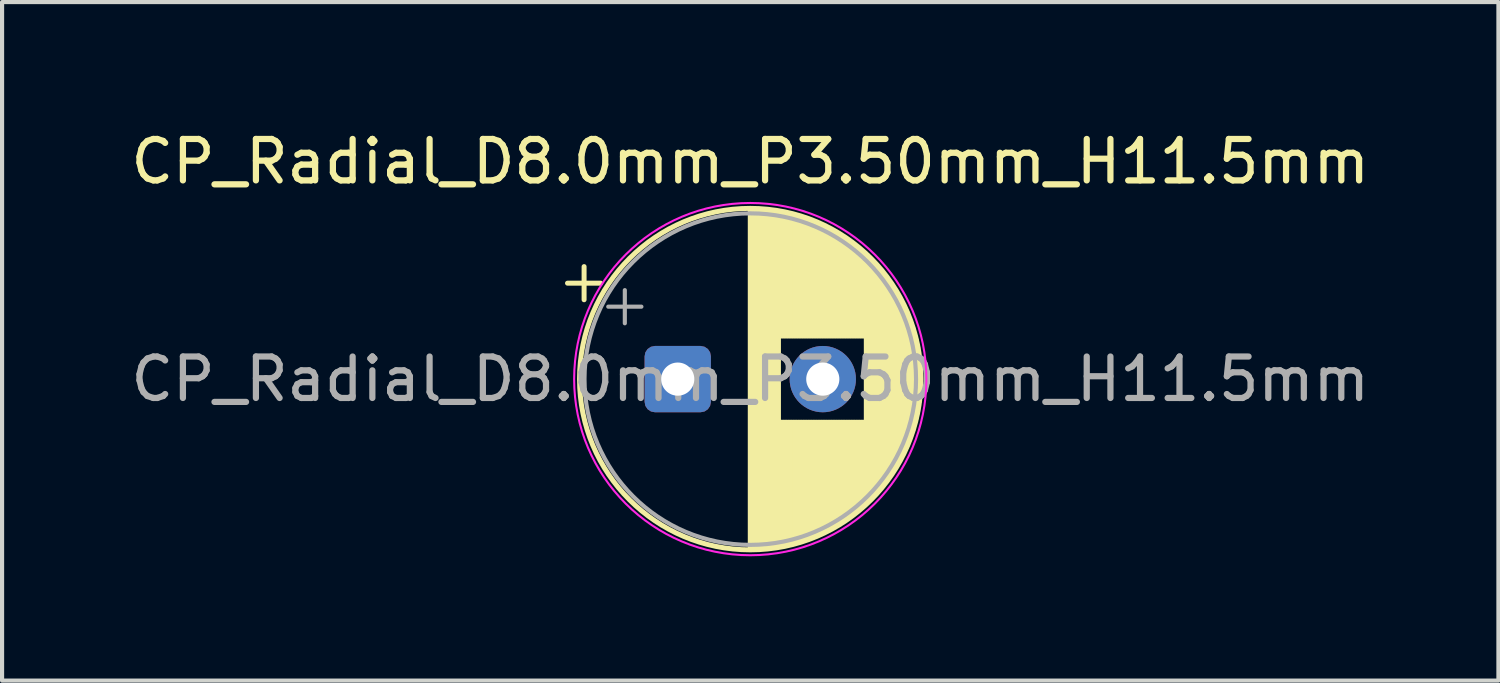
<source format=kicad_pcb>
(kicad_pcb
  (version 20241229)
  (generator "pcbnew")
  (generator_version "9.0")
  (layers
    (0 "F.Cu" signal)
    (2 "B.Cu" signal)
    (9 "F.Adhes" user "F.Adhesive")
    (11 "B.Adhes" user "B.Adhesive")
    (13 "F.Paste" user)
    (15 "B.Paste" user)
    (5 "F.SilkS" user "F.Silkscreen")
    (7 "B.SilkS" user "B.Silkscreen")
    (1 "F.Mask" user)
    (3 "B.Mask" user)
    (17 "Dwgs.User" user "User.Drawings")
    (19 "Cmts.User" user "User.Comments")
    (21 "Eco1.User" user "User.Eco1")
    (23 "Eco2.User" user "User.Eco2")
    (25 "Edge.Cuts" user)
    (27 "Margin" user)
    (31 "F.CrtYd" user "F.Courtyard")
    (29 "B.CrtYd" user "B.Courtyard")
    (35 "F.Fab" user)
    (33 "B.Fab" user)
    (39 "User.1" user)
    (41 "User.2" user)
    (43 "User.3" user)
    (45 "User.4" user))
  (footprint "CP_Radial_D8.0mm_P3.50mm_H11.5mm"
    (layer "F.Cu")
    (at 13.304 6.098)
    (property "Reference" "CP_Radial_D8.0mm_P3.50mm_H11.5mm" (at 1.75 -5.25 0) (layer "F.SilkS") (effects (font (size 1 1) (thickness 0.15))))
    (attr through_hole)
    (fp_line (start -2.66 -2.315) (end -1.86 -2.315) (stroke (width 0.12) (type solid)) (layer "F.SilkS"))
    (fp_line (start -2.26 -2.715) (end -2.26 -1.915) (stroke (width 0.12) (type solid)) (layer "F.SilkS"))
    (fp_line (start 1.75 -4.08) (end 1.75 4.08) (stroke (width 0.12) (type solid)) (layer "F.SilkS"))
    (fp_line (start 1.79 -4.08) (end 1.79 4.08) (stroke (width 0.12) (type solid)) (layer "F.SilkS"))
    (fp_line (start 1.83 -4.079) (end 1.83 4.079) (stroke (width 0.12) (type solid)) (layer "F.SilkS"))
    (fp_line (start 1.87 -4.078) (end 1.87 4.078) (stroke (width 0.12) (type solid)) (layer "F.SilkS"))
    (fp_line (start 1.91 -4.077) (end 1.91 4.077) (stroke (width 0.12) (type solid)) (layer "F.SilkS"))
    (fp_line (start 1.95 -4.075) (end 1.95 4.075) (stroke (width 0.12) (type solid)) (layer "F.SilkS"))
    (fp_line (start 1.99 -4.073) (end 1.99 4.073) (stroke (width 0.12) (type solid)) (layer "F.SilkS"))
    (fp_line (start 2.03 -4.07) (end 2.03 4.07) (stroke (width 0.12) (type solid)) (layer "F.SilkS"))
    (fp_line (start 2.07 -4.068) (end 2.07 4.068) (stroke (width 0.12) (type solid)) (layer "F.SilkS"))
    (fp_line (start 2.11 -4.064) (end 2.11 4.064) (stroke (width 0.12) (type solid)) (layer "F.SilkS"))
    (fp_line (start 2.15 -4.061) (end 2.15 4.061) (stroke (width 0.12) (type solid)) (layer "F.SilkS"))
    (fp_line (start 2.19 -4.056) (end 2.19 4.056) (stroke (width 0.12) (type solid)) (layer "F.SilkS"))
    (fp_line (start 2.23 -4.052) (end 2.23 4.052) (stroke (width 0.12) (type solid)) (layer "F.SilkS"))
    (fp_line (start 2.27 -4.047) (end 2.27 4.047) (stroke (width 0.12) (type solid)) (layer "F.SilkS"))
    (fp_line (start 2.31 -4.042) (end 2.31 4.042) (stroke (width 0.12) (type solid)) (layer "F.SilkS"))
    (fp_line (start 2.35 -4.036) (end 2.35 4.036) (stroke (width 0.12) (type solid)) (layer "F.SilkS"))
    (fp_line (start 2.39 -4.03) (end 2.39 4.03) (stroke (width 0.12) (type solid)) (layer "F.SilkS"))
    (fp_line (start 2.43 -4.023) (end 2.43 4.023) (stroke (width 0.12) (type solid)) (layer "F.SilkS"))
    (fp_line (start 2.47 -4.017) (end 2.47 -1.04) (stroke (width 0.12) (type solid)) (layer "F.SilkS"))
    (fp_line (start 2.47 1.04) (end 2.47 4.017) (stroke (width 0.12) (type solid)) (layer "F.SilkS"))
    (fp_line (start 2.51 -4.009) (end 2.51 -1.04) (stroke (width 0.12) (type solid)) (layer "F.SilkS"))
    (fp_line (start 2.51 1.04) (end 2.51 4.009) (stroke (width 0.12) (type solid)) (layer "F.SilkS"))
    (fp_line (start 2.55 -4.002) (end 2.55 -1.04) (stroke (width 0.12) (type solid)) (layer "F.SilkS"))
    (fp_line (start 2.55 1.04) (end 2.55 4.002) (stroke (width 0.12) (type solid)) (layer "F.SilkS"))
    (fp_line (start 2.59 -3.993) (end 2.59 -1.04) (stroke (width 0.12) (type solid)) (layer "F.SilkS"))
    (fp_line (start 2.59 1.04) (end 2.59 3.993) (stroke (width 0.12) (type solid)) (layer "F.SilkS"))
    (fp_line (start 2.63 -3.985) (end 2.63 -1.04) (stroke (width 0.12) (type solid)) (layer "F.SilkS"))
    (fp_line (start 2.63 1.04) (end 2.63 3.985) (stroke (width 0.12) (type solid)) (layer "F.SilkS"))
    (fp_line (start 2.67 -3.976) (end 2.67 -1.04) (stroke (width 0.12) (type solid)) (layer "F.SilkS"))
    (fp_line (start 2.67 1.04) (end 2.67 3.976) (stroke (width 0.12) (type solid)) (layer "F.SilkS"))
    (fp_line (start 2.71 -3.967) (end 2.71 -1.04) (stroke (width 0.12) (type solid)) (layer "F.SilkS"))
    (fp_line (start 2.71 1.04) (end 2.71 3.967) (stroke (width 0.12) (type solid)) (layer "F.SilkS"))
    (fp_line (start 2.75 -3.957) (end 2.75 -1.04) (stroke (width 0.12) (type solid)) (layer "F.SilkS"))
    (fp_line (start 2.75 1.04) (end 2.75 3.957) (stroke (width 0.12) (type solid)) (layer "F.SilkS"))
    (fp_line (start 2.79 -3.947) (end 2.79 -1.04) (stroke (width 0.12) (type solid)) (layer "F.SilkS"))
    (fp_line (start 2.79 1.04) (end 2.79 3.947) (stroke (width 0.12) (type solid)) (layer "F.SilkS"))
    (fp_line (start 2.83 -3.936) (end 2.83 -1.04) (stroke (width 0.12) (type solid)) (layer "F.SilkS"))
    (fp_line (start 2.83 1.04) (end 2.83 3.936) (stroke (width 0.12) (type solid)) (layer "F.SilkS"))
    (fp_line (start 2.87 -3.925) (end 2.87 -1.04) (stroke (width 0.12) (type solid)) (layer "F.SilkS"))
    (fp_line (start 2.87 1.04) (end 2.87 3.925) (stroke (width 0.12) (type solid)) (layer "F.SilkS"))
    (fp_line (start 2.91 -3.913) (end 2.91 -1.04) (stroke (width 0.12) (type solid)) (layer "F.SilkS"))
    (fp_line (start 2.91 1.04) (end 2.91 3.913) (stroke (width 0.12) (type solid)) (layer "F.SilkS"))
    (fp_line (start 2.95 -3.901) (end 2.95 -1.04) (stroke (width 0.12) (type solid)) (layer "F.SilkS"))
    (fp_line (start 2.95 1.04) (end 2.95 3.901) (stroke (width 0.12) (type solid)) (layer "F.SilkS"))
    (fp_line (start 2.99 -3.889) (end 2.99 -1.04) (stroke (width 0.12) (type solid)) (layer "F.SilkS"))
    (fp_line (start 2.99 1.04) (end 2.99 3.889) (stroke (width 0.12) (type solid)) (layer "F.SilkS"))
    (fp_line (start 3.03 -3.876) (end 3.03 -1.04) (stroke (width 0.12) (type solid)) (layer "F.SilkS"))
    (fp_line (start 3.03 1.04) (end 3.03 3.876) (stroke (width 0.12) (type solid)) (layer "F.SilkS"))
    (fp_line (start 3.07 -3.863) (end 3.07 -1.04) (stroke (width 0.12) (type solid)) (layer "F.SilkS"))
    (fp_line (start 3.07 1.04) (end 3.07 3.863) (stroke (width 0.12) (type solid)) (layer "F.SilkS"))
    (fp_line (start 3.11 -3.849) (end 3.11 -1.04) (stroke (width 0.12) (type solid)) (layer "F.SilkS"))
    (fp_line (start 3.11 1.04) (end 3.11 3.849) (stroke (width 0.12) (type solid)) (layer "F.SilkS"))
    (fp_line (start 3.15 -3.835) (end 3.15 -1.04) (stroke (width 0.12) (type solid)) (layer "F.SilkS"))
    (fp_line (start 3.15 1.04) (end 3.15 3.835) (stroke (width 0.12) (type solid)) (layer "F.SilkS"))
    (fp_line (start 3.19 -3.82) (end 3.19 -1.04) (stroke (width 0.12) (type solid)) (layer "F.SilkS"))
    (fp_line (start 3.19 1.04) (end 3.19 3.82) (stroke (width 0.12) (type solid)) (layer "F.SilkS"))
    (fp_line (start 3.23 -3.805) (end 3.23 -1.04) (stroke (width 0.12) (type solid)) (layer "F.SilkS"))
    (fp_line (start 3.23 1.04) (end 3.23 3.805) (stroke (width 0.12) (type solid)) (layer "F.SilkS"))
    (fp_line (start 3.27 -3.789) (end 3.27 -1.04) (stroke (width 0.12) (type solid)) (layer "F.SilkS"))
    (fp_line (start 3.27 1.04) (end 3.27 3.789) (stroke (width 0.12) (type solid)) (layer "F.SilkS"))
    (fp_line (start 3.31 -3.773) (end 3.31 -1.04) (stroke (width 0.12) (type solid)) (layer "F.SilkS"))
    (fp_line (start 3.31 1.04) (end 3.31 3.773) (stroke (width 0.12) (type solid)) (layer "F.SilkS"))
    (fp_line (start 3.35 -3.757) (end 3.35 -1.04) (stroke (width 0.12) (type solid)) (layer "F.SilkS"))
    (fp_line (start 3.35 1.04) (end 3.35 3.757) (stroke (width 0.12) (type solid)) (layer "F.SilkS"))
    (fp_line (start 3.39 -3.74) (end 3.39 -1.04) (stroke (width 0.12) (type solid)) (layer "F.SilkS"))
    (fp_line (start 3.39 1.04) (end 3.39 3.74) (stroke (width 0.12) (type solid)) (layer "F.SilkS"))
    (fp_line (start 3.43 -3.722) (end 3.43 -1.04) (stroke (width 0.12) (type solid)) (layer "F.SilkS"))
    (fp_line (start 3.43 1.04) (end 3.43 3.722) (stroke (width 0.12) (type solid)) (layer "F.SilkS"))
    (fp_line (start 3.47 -3.704) (end 3.47 -1.04) (stroke (width 0.12) (type solid)) (layer "F.SilkS"))
    (fp_line (start 3.47 1.04) (end 3.47 3.704) (stroke (width 0.12) (type solid)) (layer "F.SilkS"))
    (fp_line (start 3.51 -3.685) (end 3.51 -1.04) (stroke (width 0.12) (type solid)) (layer "F.SilkS"))
    (fp_line (start 3.51 1.04) (end 3.51 3.685) (stroke (width 0.12) (type solid)) (layer "F.SilkS"))
    (fp_line (start 3.55 -3.666) (end 3.55 -1.04) (stroke (width 0.12) (type solid)) (layer "F.SilkS"))
    (fp_line (start 3.55 1.04) (end 3.55 3.666) (stroke (width 0.12) (type solid)) (layer "F.SilkS"))
    (fp_line (start 3.59 -3.646) (end 3.59 -1.04) (stroke (width 0.12) (type solid)) (layer "F.SilkS"))
    (fp_line (start 3.59 1.04) (end 3.59 3.646) (stroke (width 0.12) (type solid)) (layer "F.SilkS"))
    (fp_line (start 3.63 -3.626) (end 3.63 -1.04) (stroke (width 0.12) (type solid)) (layer "F.SilkS"))
    (fp_line (start 3.63 1.04) (end 3.63 3.626) (stroke (width 0.12) (type solid)) (layer "F.SilkS"))
    (fp_line (start 3.67 -3.605) (end 3.67 -1.04) (stroke (width 0.12) (type solid)) (layer "F.SilkS"))
    (fp_line (start 3.67 1.04) (end 3.67 3.605) (stroke (width 0.12) (type solid)) (layer "F.SilkS"))
    (fp_line (start 3.71 -3.584) (end 3.71 -1.04) (stroke (width 0.12) (type solid)) (layer "F.SilkS"))
    (fp_line (start 3.71 1.04) (end 3.71 3.584) (stroke (width 0.12) (type solid)) (layer "F.SilkS"))
    (fp_line (start 3.75 -3.562) (end 3.75 -1.04) (stroke (width 0.12) (type solid)) (layer "F.SilkS"))
    (fp_line (start 3.75 1.04) (end 3.75 3.562) (stroke (width 0.12) (type solid)) (layer "F.SilkS"))
    (fp_line (start 3.79 -3.539) (end 3.79 -1.04) (stroke (width 0.12) (type solid)) (layer "F.SilkS"))
    (fp_line (start 3.79 1.04) (end 3.79 3.539) (stroke (width 0.12) (type solid)) (layer "F.SilkS"))
    (fp_line (start 3.83 -3.516) (end 3.83 -1.04) (stroke (width 0.12) (type solid)) (layer "F.SilkS"))
    (fp_line (start 3.83 1.04) (end 3.83 3.516) (stroke (width 0.12) (type solid)) (layer "F.SilkS"))
    (fp_line (start 3.87 -3.493) (end 3.87 -1.04) (stroke (width 0.12) (type solid)) (layer "F.SilkS"))
    (fp_line (start 3.87 1.04) (end 3.87 3.493) (stroke (width 0.12) (type solid)) (layer "F.SilkS"))
    (fp_line (start 3.91 -3.468) (end 3.91 -1.04) (stroke (width 0.12) (type solid)) (layer "F.SilkS"))
    (fp_line (start 3.91 1.04) (end 3.91 3.468) (stroke (width 0.12) (type solid)) (layer "F.SilkS"))
    (fp_line (start 3.95 -3.443) (end 3.95 -1.04) (stroke (width 0.12) (type solid)) (layer "F.SilkS"))
    (fp_line (start 3.95 1.04) (end 3.95 3.443) (stroke (width 0.12) (type solid)) (layer "F.SilkS"))
    (fp_line (start 3.99 -3.418) (end 3.99 -1.04) (stroke (width 0.12) (type solid)) (layer "F.SilkS"))
    (fp_line (start 3.99 1.04) (end 3.99 3.418) (stroke (width 0.12) (type solid)) (layer "F.SilkS"))
    (fp_line (start 4.03 -3.392) (end 4.03 -1.04) (stroke (width 0.12) (type solid)) (layer "F.SilkS"))
    (fp_line (start 4.03 1.04) (end 4.03 3.392) (stroke (width 0.12) (type solid)) (layer "F.SilkS"))
    (fp_line (start 4.07 -3.365) (end 4.07 -1.04) (stroke (width 0.12) (type solid)) (layer "F.SilkS"))
    (fp_line (start 4.07 1.04) (end 4.07 3.365) (stroke (width 0.12) (type solid)) (layer "F.SilkS"))
    (fp_line (start 4.11 -3.337) (end 4.11 -1.04) (stroke (width 0.12) (type solid)) (layer "F.SilkS"))
    (fp_line (start 4.11 1.04) (end 4.11 3.337) (stroke (width 0.12) (type solid)) (layer "F.SilkS"))
    (fp_line (start 4.15 -3.309) (end 4.15 -1.04) (stroke (width 0.12) (type solid)) (layer "F.SilkS"))
    (fp_line (start 4.15 1.04) (end 4.15 3.309) (stroke (width 0.12) (type solid)) (layer "F.SilkS"))
    (fp_line (start 4.19 -3.28) (end 4.19 -1.04) (stroke (width 0.12) (type solid)) (layer "F.SilkS"))
    (fp_line (start 4.19 1.04) (end 4.19 3.28) (stroke (width 0.12) (type solid)) (layer "F.SilkS"))
    (fp_line (start 4.23 -3.25) (end 4.23 -1.04) (stroke (width 0.12) (type solid)) (layer "F.SilkS"))
    (fp_line (start 4.23 1.04) (end 4.23 3.25) (stroke (width 0.12) (type solid)) (layer "F.SilkS"))
    (fp_line (start 4.27 -3.219) (end 4.27 -1.04) (stroke (width 0.12) (type solid)) (layer "F.SilkS"))
    (fp_line (start 4.27 1.04) (end 4.27 3.219) (stroke (width 0.12) (type solid)) (layer "F.SilkS"))
    (fp_line (start 4.31 -3.188) (end 4.31 -1.04) (stroke (width 0.12) (type solid)) (layer "F.SilkS"))
    (fp_line (start 4.31 1.04) (end 4.31 3.188) (stroke (width 0.12) (type solid)) (layer "F.SilkS"))
    (fp_line (start 4.35 -3.156) (end 4.35 -1.04) (stroke (width 0.12) (type solid)) (layer "F.SilkS"))
    (fp_line (start 4.35 1.04) (end 4.35 3.156) (stroke (width 0.12) (type solid)) (layer "F.SilkS"))
    (fp_line (start 4.39 -3.123) (end 4.39 -1.04) (stroke (width 0.12) (type solid)) (layer "F.SilkS"))
    (fp_line (start 4.39 1.04) (end 4.39 3.123) (stroke (width 0.12) (type solid)) (layer "F.SilkS"))
    (fp_line (start 4.43 -3.089) (end 4.43 -1.04) (stroke (width 0.12) (type solid)) (layer "F.SilkS"))
    (fp_line (start 4.43 1.04) (end 4.43 3.089) (stroke (width 0.12) (type solid)) (layer "F.SilkS"))
    (fp_line (start 4.47 -3.055) (end 4.47 -1.04) (stroke (width 0.12) (type solid)) (layer "F.SilkS"))
    (fp_line (start 4.47 1.04) (end 4.47 3.055) (stroke (width 0.12) (type solid)) (layer "F.SilkS"))
    (fp_line (start 4.51 -3.019) (end 4.51 -1.04) (stroke (width 0.12) (type solid)) (layer "F.SilkS"))
    (fp_line (start 4.51 1.04) (end 4.51 3.019) (stroke (width 0.12) (type solid)) (layer "F.SilkS"))
    (fp_line (start 4.55 -2.982) (end 4.55 2.982) (stroke (width 0.12) (type solid)) (layer "F.SilkS"))
    (fp_line (start 4.59 -2.945) (end 4.59 2.945) (stroke (width 0.12) (type solid)) (layer "F.SilkS"))
    (fp_line (start 4.63 -2.906) (end 4.63 2.906) (stroke (width 0.12) (type solid)) (layer "F.SilkS"))
    (fp_line (start 4.67 -2.867) (end 4.67 2.867) (stroke (width 0.12) (type solid)) (layer "F.SilkS"))
    (fp_line (start 4.71 -2.826) (end 4.71 2.826) (stroke (width 0.12) (type solid)) (layer "F.SilkS"))
    (fp_line (start 4.75 -2.784) (end 4.75 2.784) (stroke (width 0.12) (type solid)) (layer "F.SilkS"))
    (fp_line (start 4.79 -2.741) (end 4.79 2.741) (stroke (width 0.12) (type solid)) (layer "F.SilkS"))
    (fp_line (start 4.83 -2.696) (end 4.83 2.696) (stroke (width 0.12) (type solid)) (layer "F.SilkS"))
    (fp_line (start 4.87 -2.651) (end 4.87 2.651) (stroke (width 0.12) (type solid)) (layer "F.SilkS"))
    (fp_line (start 4.91 -2.604) (end 4.91 2.604) (stroke (width 0.12) (type solid)) (layer "F.SilkS"))
    (fp_line (start 4.95 -2.555) (end 4.95 2.555) (stroke (width 0.12) (type solid)) (layer "F.SilkS"))
    (fp_line (start 4.99 -2.505) (end 4.99 2.505) (stroke (width 0.12) (type solid)) (layer "F.SilkS"))
    (fp_line (start 5.03 -2.453) (end 5.03 2.453) (stroke (width 0.12) (type solid)) (layer "F.SilkS"))
    (fp_line (start 5.07 -2.4) (end 5.07 2.4) (stroke (width 0.12) (type solid)) (layer "F.SilkS"))
    (fp_line (start 5.11 -2.344) (end 5.11 2.344) (stroke (width 0.12) (type solid)) (layer "F.SilkS"))
    (fp_line (start 5.15 -2.287) (end 5.15 2.287) (stroke (width 0.12) (type solid)) (layer "F.SilkS"))
    (fp_line (start 5.19 -2.227) (end 5.19 2.227) (stroke (width 0.12) (type solid)) (layer "F.SilkS"))
    (fp_line (start 5.23 -2.165) (end 5.23 2.165) (stroke (width 0.12) (type solid)) (layer "F.SilkS"))
    (fp_line (start 5.27 -2.101) (end 5.27 2.101) (stroke (width 0.12) (type solid)) (layer "F.SilkS"))
    (fp_line (start 5.31 -2.034) (end 5.31 2.034) (stroke (width 0.12) (type solid)) (layer "F.SilkS"))
    (fp_line (start 5.35 -1.964) (end 5.35 1.964) (stroke (width 0.12) (type solid)) (layer "F.SilkS"))
    (fp_line (start 5.39 -1.89) (end 5.39 1.89) (stroke (width 0.12) (type solid)) (layer "F.SilkS"))
    (fp_line (start 5.43 -1.813) (end 5.43 1.813) (stroke (width 0.12) (type solid)) (layer "F.SilkS"))
    (fp_line (start 5.47 -1.731) (end 5.47 1.731) (stroke (width 0.12) (type solid)) (layer "F.SilkS"))
    (fp_line (start 5.51 -1.644) (end 5.51 1.644) (stroke (width 0.12) (type solid)) (layer "F.SilkS"))
    (fp_line (start 5.55 -1.552) (end 5.55 1.552) (stroke (width 0.12) (type solid)) (layer "F.SilkS"))
    (fp_line (start 5.59 -1.453) (end 5.59 1.453) (stroke (width 0.12) (type solid)) (layer "F.SilkS"))
    (fp_line (start 5.63 -1.346) (end 5.63 1.346) (stroke (width 0.12) (type solid)) (layer "F.SilkS"))
    (fp_line (start 5.67 -1.228) (end 5.67 1.228) (stroke (width 0.12) (type solid)) (layer "F.SilkS"))
    (fp_line (start 5.71 -1.097) (end 5.71 1.097) (stroke (width 0.12) (type solid)) (layer "F.SilkS"))
    (fp_line (start 5.75 -0.947) (end 5.75 0.947) (stroke (width 0.12) (type solid)) (layer "F.SilkS"))
    (fp_line (start 5.79 -0.768) (end 5.79 0.768) (stroke (width 0.12) (type solid)) (layer "F.SilkS"))
    (fp_line (start 5.83 -0.533) (end 5.83 0.533) (stroke (width 0.12) (type solid)) (layer "F.SilkS"))
    (fp_circle (center 1.75 0) (end 5.87 0) (stroke (width 0.12) (type solid)) (fill no) (layer "F.SilkS"))
    (fp_circle (center 1.75 0) (end 6 0) (stroke (width 0.05) (type solid)) (fill no) (layer "F.CrtYd"))
    (fp_line (start -1.677 -1.748) (end -0.877 -1.748) (stroke (width 0.1) (type solid)) (layer "F.Fab"))
    (fp_line (start -1.277 -2.147) (end -1.277 -1.347) (stroke (width 0.1) (type solid)) (layer "F.Fab"))
    (fp_circle (center 1.75 0) (end 5.75 0) (stroke (width 0.1) (type solid)) (fill no) (layer "F.Fab"))
    (fp_text user "${REFERENCE}" (at 1.75 0 0) (layer "F.Fab") (effects (font (size 1 1) (thickness 0.15))))
    (pad "1" thru_hole roundrect (at 0 0) (size 1.6 1.6) (drill 0.8) (layers "*.Cu" "*.Mask") (roundrect_rratio 0.156))
    (pad "2" thru_hole circle (at 3.5 0) (size 1.6 1.6) (drill 0.8) (layers "*.Cu" "*.Mask")))
  (gr_rect
    (start -3 -3)
    (end 33.107 13.373)
    (stroke (width 0.1) (type default))
    (fill no)
    (layer "Edge.Cuts")))
</source>
